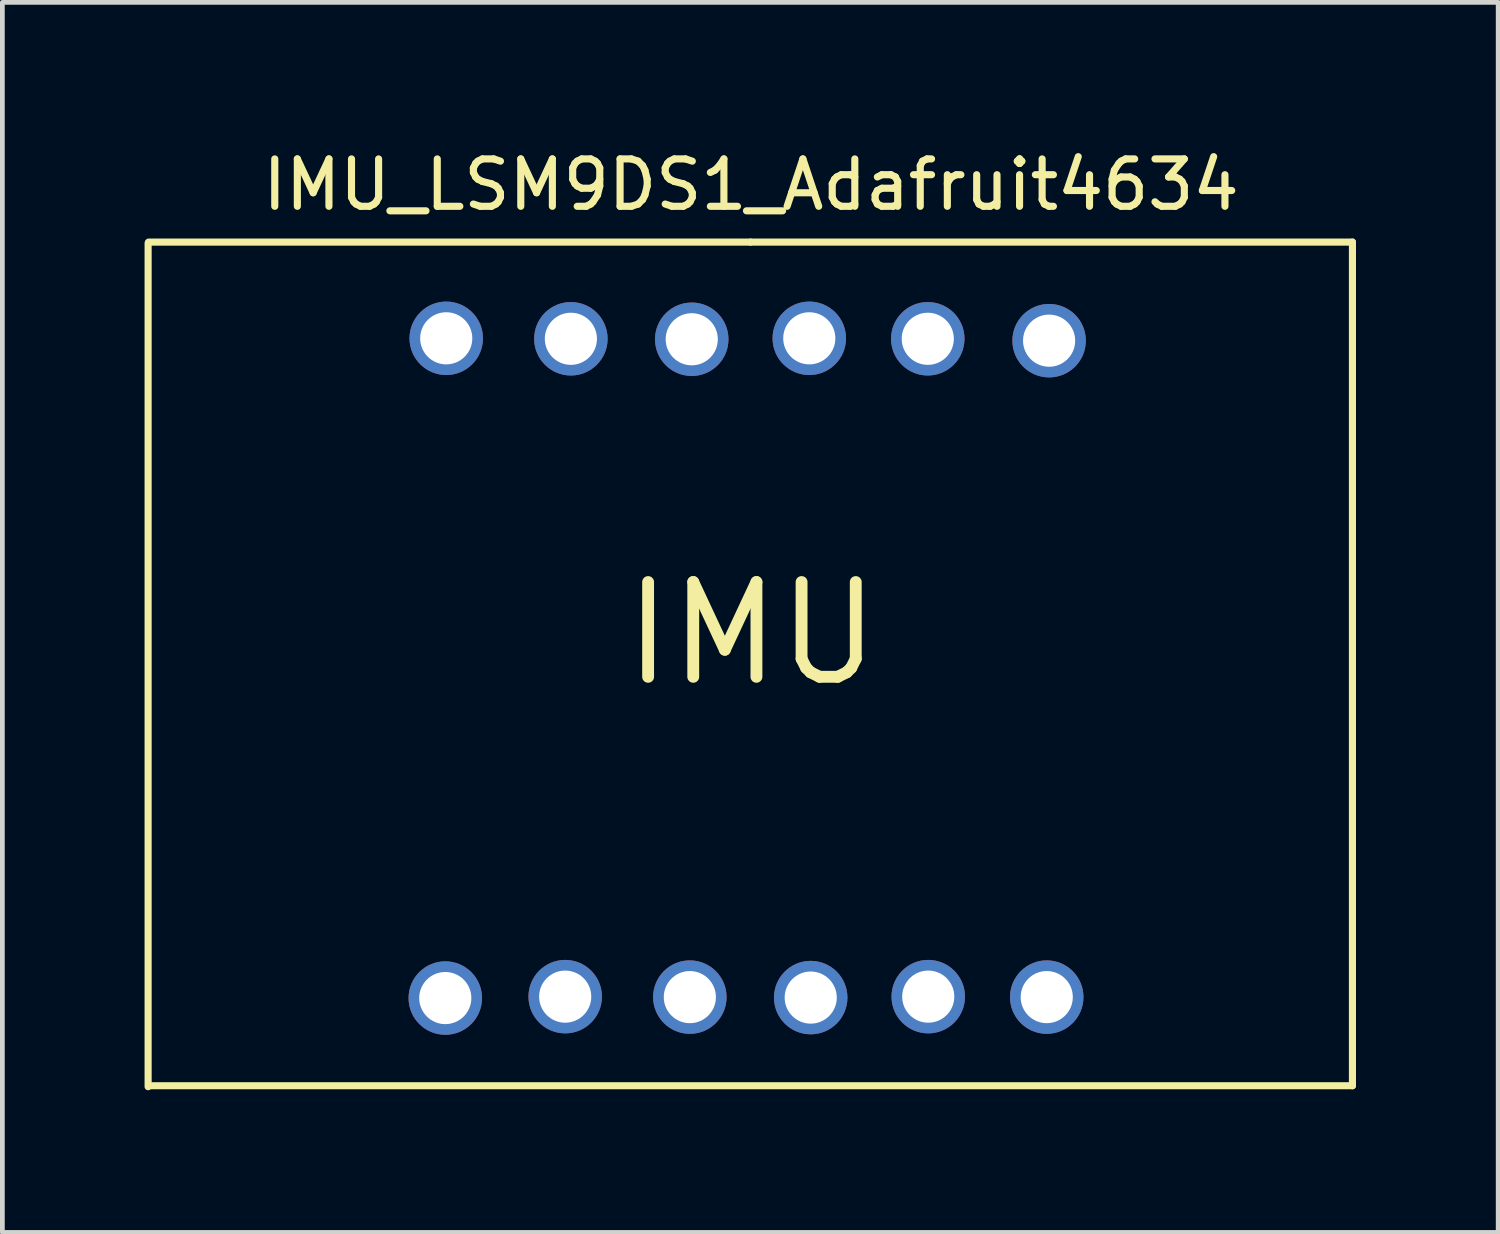
<source format=kicad_pcb>
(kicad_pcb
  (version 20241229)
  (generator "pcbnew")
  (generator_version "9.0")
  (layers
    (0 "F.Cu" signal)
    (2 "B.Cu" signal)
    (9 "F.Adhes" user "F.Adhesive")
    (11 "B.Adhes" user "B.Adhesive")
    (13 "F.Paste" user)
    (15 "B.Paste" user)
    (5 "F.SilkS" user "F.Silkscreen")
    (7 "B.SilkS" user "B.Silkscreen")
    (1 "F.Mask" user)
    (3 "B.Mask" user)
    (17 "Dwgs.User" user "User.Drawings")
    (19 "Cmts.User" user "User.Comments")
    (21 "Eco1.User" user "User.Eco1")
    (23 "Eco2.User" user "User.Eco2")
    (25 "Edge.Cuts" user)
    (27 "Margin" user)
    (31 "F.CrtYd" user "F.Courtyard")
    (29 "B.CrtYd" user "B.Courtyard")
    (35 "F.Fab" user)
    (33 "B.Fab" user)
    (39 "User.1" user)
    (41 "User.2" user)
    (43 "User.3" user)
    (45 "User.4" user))
  (footprint "IMU_LSM9DS1_Adafruit4634"
    (layer "F.Cu")
    (at 24.045 4.098)
    (property "Reference" "IMU_LSM9DS1_Adafruit4634" (at -11.25 -3.25 0) (layer "F.SilkS") (effects (font (size 1 1) (thickness 0.15))))
    (attr through_hole)
    (fp_line (start -23.97 -2.02) (end -23.97 15.78) (stroke (width 0.15) (type solid)) (layer "F.SilkS"))
    (fp_line (start -23.96 15.76) (end 1.44 15.76) (stroke (width 0.15) (type solid)) (layer "F.SilkS"))
    (fp_line (start -11.26 -2.04) (end -23.96 -2.04) (stroke (width 0.15) (type solid)) (layer "F.SilkS"))
    (fp_line (start -11.26 -2.04) (end 1.44 -2.04) (stroke (width 0.15) (type solid)) (layer "F.SilkS"))
    (fp_line (start 1.44 -2.04) (end 1.44 15.76) (stroke (width 0.15) (type solid)) (layer "F.SilkS"))
    (fp_text user "IMU" (at -11.23 6.22 0) (layer "F.SilkS") (effects (font (size 2 2) (thickness 0.25))))
    (pad "1" thru_hole circle (at -17.68 -0.01) (size 1.55 1.55) (drill 1.1) (layers "*.Cu" "*.Mask"))
    (pad "2" thru_hole circle (at -15.05 0) (size 1.55 1.55) (drill 1.1) (layers "*.Cu" "*.Mask"))
    (pad "3" thru_hole circle (at -12.5 0.01) (size 1.55 1.55) (drill 1.1) (layers "*.Cu" "*.Mask"))
    (pad "4" thru_hole circle (at -10.02 -0.01) (size 1.55 1.55) (drill 1.1) (layers "*.Cu" "*.Mask"))
    (pad "5" thru_hole circle (at -7.52 0) (size 1.55 1.55) (drill 1.1) (layers "*.Cu" "*.Mask"))
    (pad "6" thru_hole circle (at -4.96 0.04) (size 1.55 1.55) (drill 1.1) (layers "*.Cu" "*.Mask"))
    (pad "7" thru_hole circle (at -5.01 13.89) (size 1.55 1.55) (drill 1.1) (layers "*.Cu" "*.Mask"))
    (pad "8" thru_hole circle (at -7.51 13.88) (size 1.55 1.55) (drill 1.1) (layers "*.Cu" "*.Mask"))
    (pad "9" thru_hole circle (at -9.99 13.9) (size 1.55 1.55) (drill 1.1) (layers "*.Cu" "*.Mask"))
    (pad "10" thru_hole circle (at -12.54 13.89) (size 1.55 1.55) (drill 1.1) (layers "*.Cu" "*.Mask"))
    (pad "11" thru_hole circle (at -15.17 13.88) (size 1.55 1.55) (drill 1.1) (layers "*.Cu" "*.Mask"))
    (pad "12" thru_hole circle (at -17.7 13.91) (size 1.55 1.55) (drill 1.1) (layers "*.Cu" "*.Mask")))
  (gr_rect
    (start -3 -3)
    (end 28.56 22.953)
    (stroke (width 0.1) (type default))
    (fill no)
    (layer "Edge.Cuts")))
</source>
